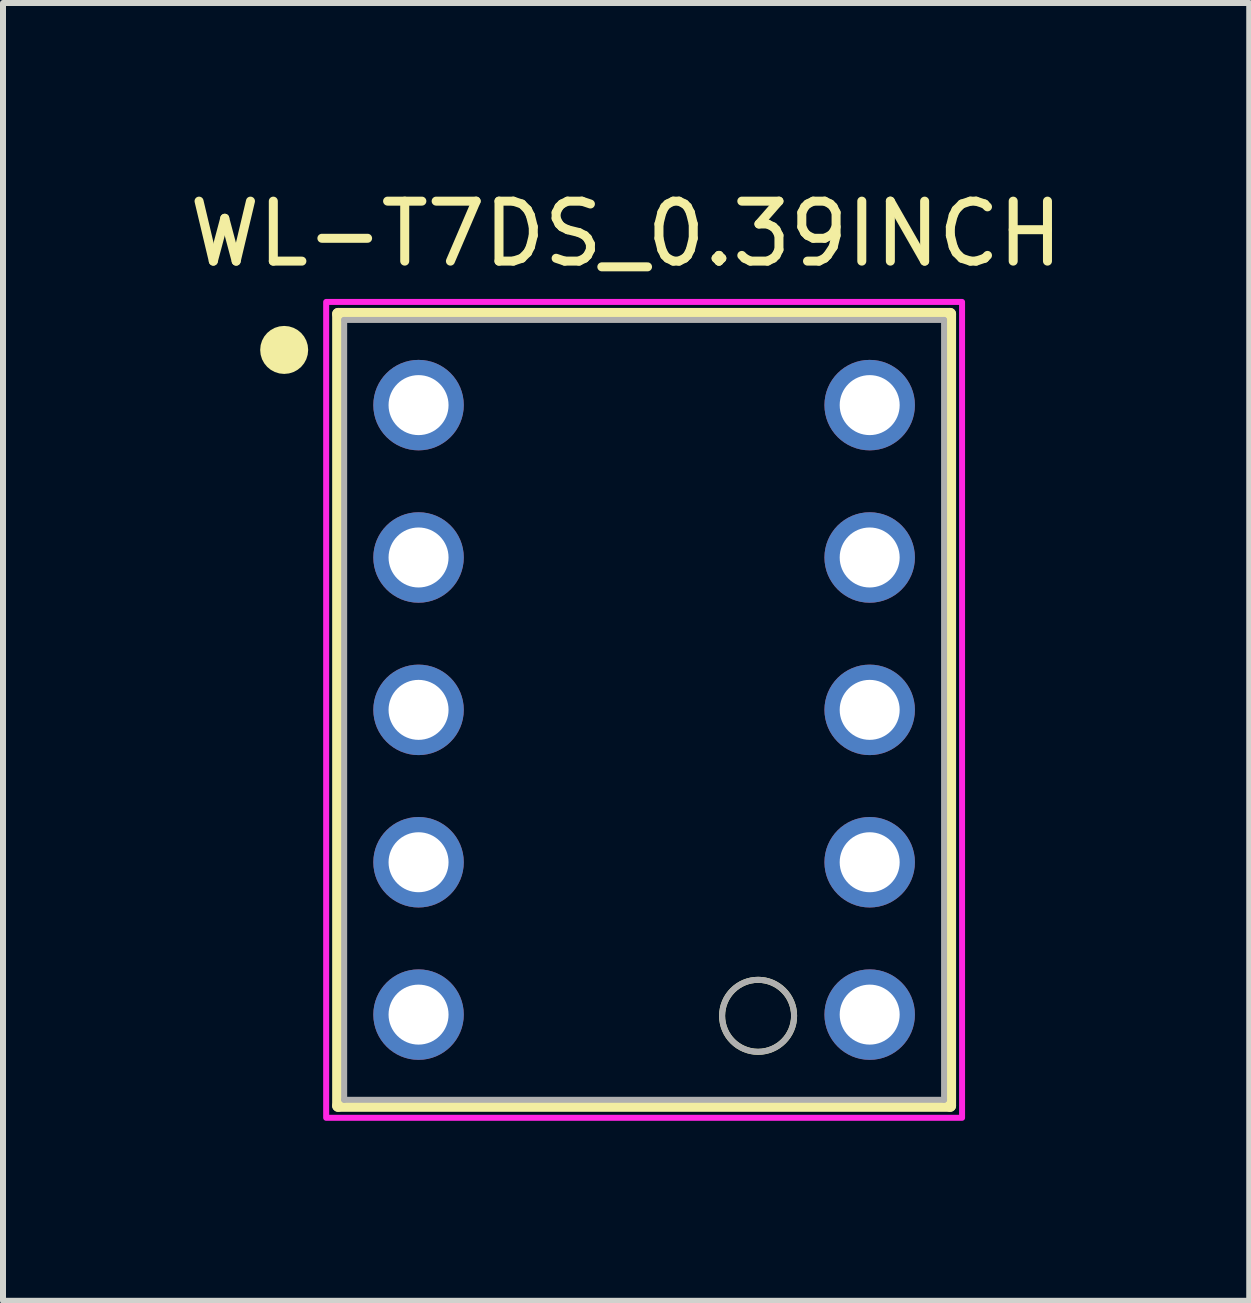
<source format=kicad_pcb>
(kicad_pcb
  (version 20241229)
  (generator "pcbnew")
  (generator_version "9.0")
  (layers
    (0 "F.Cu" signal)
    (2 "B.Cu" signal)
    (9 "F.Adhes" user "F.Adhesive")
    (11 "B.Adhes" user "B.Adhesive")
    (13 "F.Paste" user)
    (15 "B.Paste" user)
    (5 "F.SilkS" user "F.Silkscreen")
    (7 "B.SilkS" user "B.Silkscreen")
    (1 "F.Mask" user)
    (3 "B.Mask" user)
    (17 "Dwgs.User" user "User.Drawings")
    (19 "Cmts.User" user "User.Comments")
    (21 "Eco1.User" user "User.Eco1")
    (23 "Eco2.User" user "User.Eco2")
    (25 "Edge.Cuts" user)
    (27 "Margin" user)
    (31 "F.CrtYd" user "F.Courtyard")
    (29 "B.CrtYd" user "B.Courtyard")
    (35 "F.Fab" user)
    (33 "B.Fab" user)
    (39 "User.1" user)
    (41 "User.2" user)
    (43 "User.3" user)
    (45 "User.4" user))
  (footprint "WL-T7DS_0.39INCH"
    (layer "F.Cu")
    (at 7.687 8.783)
    (property "Reference" "WL-T7DS_0.39INCH" (at -0.3 -7.935 0) (layer "F.SilkS") (effects (font (size 1 1) (thickness 0.15))))
    (attr through_hole)
    (fp_line (start -5.1 -6.6) (end 5.1 -6.6) (stroke (width 0.2) (type solid)) (layer "F.SilkS"))
    (fp_line (start -5.1 6.6) (end -5.1 -6.6) (stroke (width 0.2) (type solid)) (layer "F.SilkS"))
    (fp_line (start 5.1 -6.6) (end 5.1 6.6) (stroke (width 0.2) (type solid)) (layer "F.SilkS"))
    (fp_line (start 5.1 6.6) (end -5.1 6.6) (stroke (width 0.2) (type solid)) (layer "F.SilkS"))
    (fp_circle (center -6 -6) (end -5.8 -6) (stroke (width 0.4) (type solid)) (fill no) (layer "F.SilkS"))
    (fp_circle (center 1.9 5.1) (end 2.5 5.1) (stroke (width 0.1) (type solid)) (fill no) (layer "F.SilkS"))
    (fp_poly (pts (xy 5.3 6.8) (xy -5.3 6.8) (xy -5.3 -6.8) (xy 5.3 -6.8)) (stroke (width 0.1) (type solid)) (fill no) (layer "F.CrtYd"))
    (fp_line (start -5 -6.5) (end 5 -6.5) (stroke (width 0.1) (type solid)) (layer "F.Fab"))
    (fp_line (start -5 6.5) (end -5 -6.5) (stroke (width 0.1) (type solid)) (layer "F.Fab"))
    (fp_line (start 5 -6.5) (end 5 6.5) (stroke (width 0.1) (type solid)) (layer "F.Fab"))
    (fp_line (start 5 6.5) (end -5 6.5) (stroke (width 0.1) (type solid)) (layer "F.Fab"))
    (fp_circle (center 1.9 5.1) (end 2.5 5.1) (stroke (width 0.1) (type solid)) (fill no) (layer "F.Fab"))
    (pad "1" thru_hole circle (at -3.76 -5.08) (size 1.508 1.508) (drill 1) (layers "*.Cu" "*.Mask"))
    (pad "2" thru_hole circle (at -3.76 -2.54) (size 1.508 1.508) (drill 1) (layers "*.Cu" "*.Mask"))
    (pad "3" thru_hole circle (at -3.76 0) (size 1.508 1.508) (drill 1) (layers "*.Cu" "*.Mask"))
    (pad "4" thru_hole circle (at -3.76 2.54) (size 1.508 1.508) (drill 1) (layers "*.Cu" "*.Mask"))
    (pad "5" thru_hole circle (at -3.76 5.08) (size 1.508 1.508) (drill 1) (layers "*.Cu" "*.Mask"))
    (pad "6" thru_hole circle (at 3.76 5.08) (size 1.508 1.508) (drill 1) (layers "*.Cu" "*.Mask"))
    (pad "7" thru_hole circle (at 3.76 2.54) (size 1.508 1.508) (drill 1) (layers "*.Cu" "*.Mask"))
    (pad "8" thru_hole circle (at 3.76 0) (size 1.508 1.508) (drill 1) (layers "*.Cu" "*.Mask"))
    (pad "9" thru_hole circle (at 3.76 -2.54) (size 1.508 1.508) (drill 1) (layers "*.Cu" "*.Mask"))
    (pad "10" thru_hole circle (at 3.76 -5.08) (size 1.508 1.508) (drill 1) (layers "*.Cu" "*.Mask")))
  (gr_rect
    (start -3 -3)
    (end 17.774 18.633)
    (stroke (width 0.1) (type default))
    (fill no)
    (layer "Edge.Cuts")))
</source>
